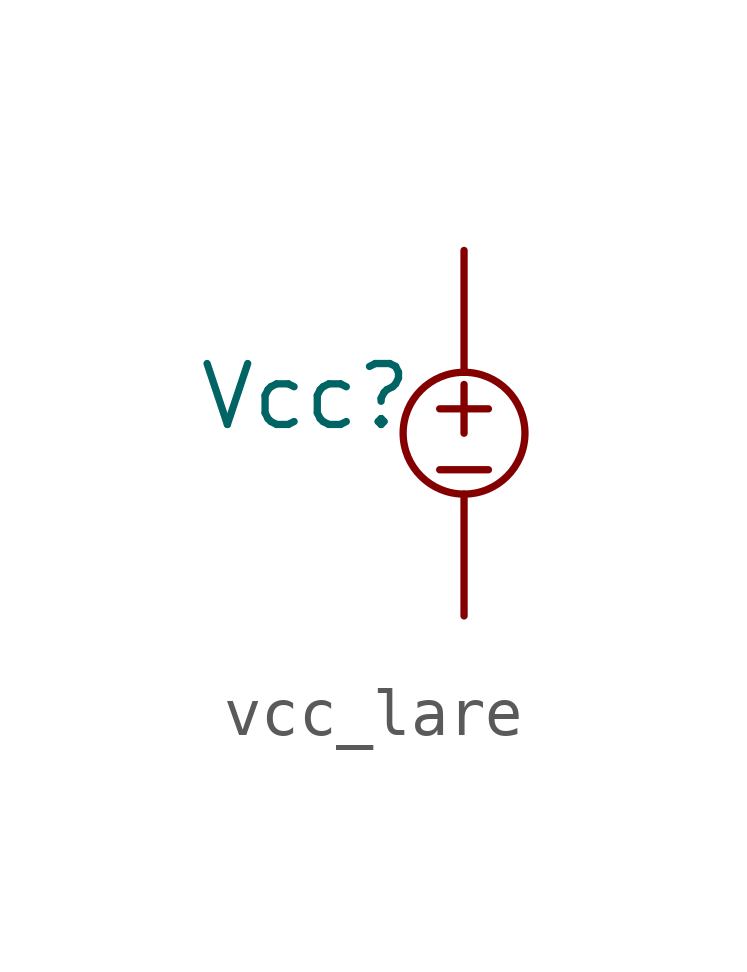
<source format=kicad_sym>
(kicad_symbol_lib
  (version 20231120)
  (generator "kicad_symbol_editor")
  (generator_version "8.0")
  (symbol "vcc_lare"
    (property "Reference" "Vcc"
      (at -3.302 0.762 0)
      (effects (font (size 1.27 1.27))))
    (property "Value" ""
      (at 0 0 0)
      (effects (font (size 1.27 1.27))))
    (symbol "vcc_lare_0_1"
      (polyline (pts (xy -0.508 -0.762) (xy 0.508 -0.762)) (stroke (width 0) (type default)) (fill (type none)))
      (polyline (pts (xy -0.508 0.508) (xy 0.508 0.508)) (stroke (width 0) (type default)) (fill (type none)))
      (polyline (pts (xy 0 1.016) (xy 0 0)) (stroke (width 0) (type default)) (fill (type none)))
      (circle (center 0 0) (radius 1.27) (stroke (width 0) (type default)) (fill (type none))))
    (symbol "vcc_lare_1_1"
      (pin input line (at 0 -3.81 90) (length 2.54) (name "" (effects (font (size 1.27 1.27)))) (number "" (effects (font (size 1.27 1.27)))))
      (pin input line (at 0 3.81 270) (length 2.54) (name "" (effects (font (size 1.27 1.27)))) (number "" (effects (font (size 1.27 1.27))))))))
</source>
